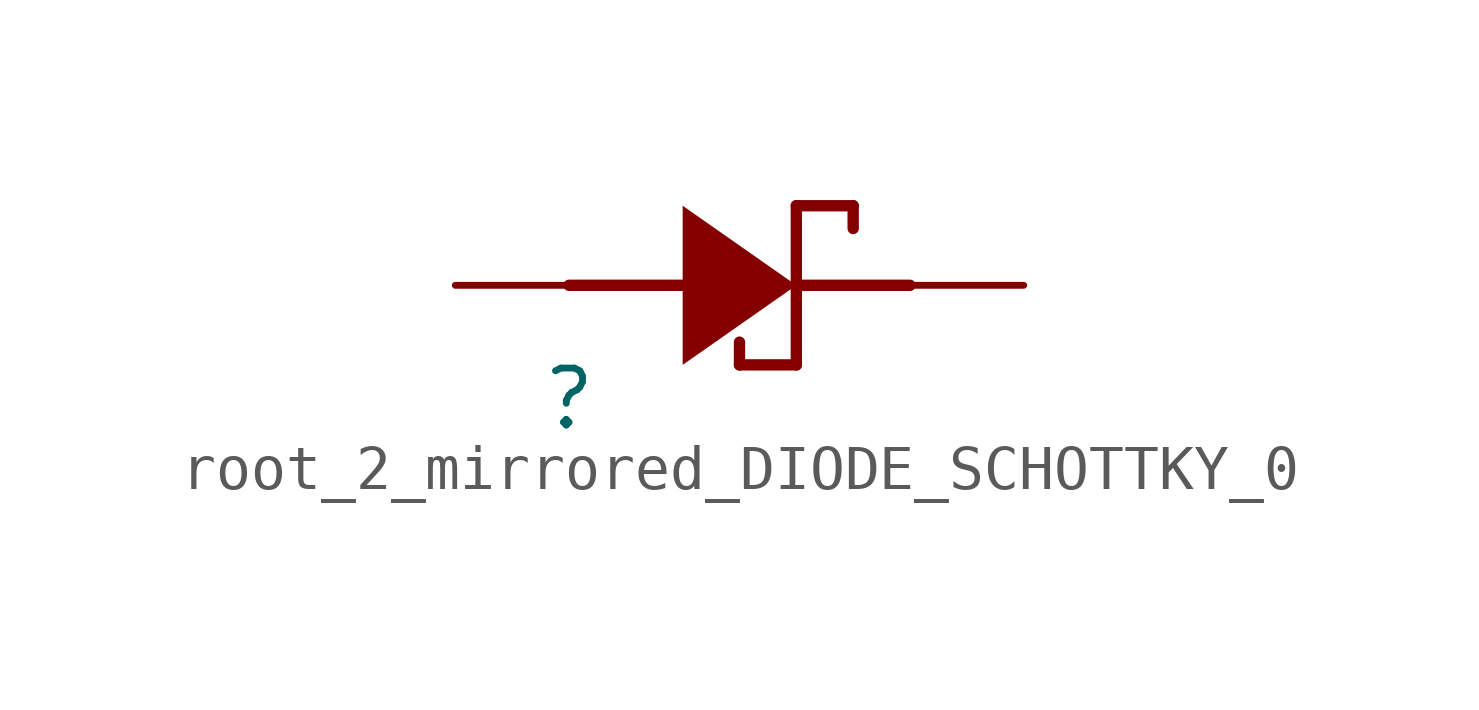
<source format=kicad_sym>
(kicad_symbol_lib
  (version 20231120)
  (generator "kicad_symbol_editor")
  (generator_version "8.0")
  (symbol "root_2_mirrored_DIODE_SCHOTTKY_0"
    (property "Reference" ""
      (at 0 0 0)
      (effects (font (size 1.27 1.27))))
    (property "Value" ""
      (at 0 0 0)
      (effects (font (size 1.27 1.27))))
    (symbol "root_2_mirrored_DIODE_SCHOTTKY_0_1_0"
      (polyline (pts (xy 0 2.54) (xy 2.54 2.54)) (stroke (width 0.254) (type solid)) (fill (type none)))
      (polyline (pts (xy 3.81 0.762) (xy 3.81 1.27)) (stroke (width 0.254) (type solid)) (fill (type none)))
      (polyline (pts (xy 5.08 0.762) (xy 3.81 0.762)) (stroke (width 0.254) (type solid)) (fill (type none)))
      (polyline (pts (xy 5.08 0.762) (xy 5.08 4.318)) (stroke (width 0.254) (type solid)) (fill (type none)))
      (polyline (pts (xy 5.08 2.54) (xy 7.62 2.54)) (stroke (width 0.254) (type solid)) (fill (type none)))
      (polyline (pts (xy 5.08 4.318) (xy 6.35 4.318)) (stroke (width 0.254) (type solid)) (fill (type none)))
      (polyline (pts (xy 6.35 4.318) (xy 6.35 3.81)) (stroke (width 0.254) (type solid)) (fill (type none)))
      (polyline (pts (xy 5.08 2.54) (xy 5.08 2.54) (xy 2.54 4.318) (xy 2.54 0.762) (xy 5.08 2.54) (xy 5.08 2.54)) (stroke (width -0.0001) (type solid)) (fill (type outline)))
      (pin passive line (at -2.54 2.54 0) (length 2.54) (name "A" (effects (font (size 0 0)))) (number "A" (effects (font (size 0 0)))))
      (pin passive line (at 10.16 2.54 180) (length 2.54) (name "C" (effects (font (size 0 0)))) (number "C" (effects (font (size 0 0))))))))
</source>
